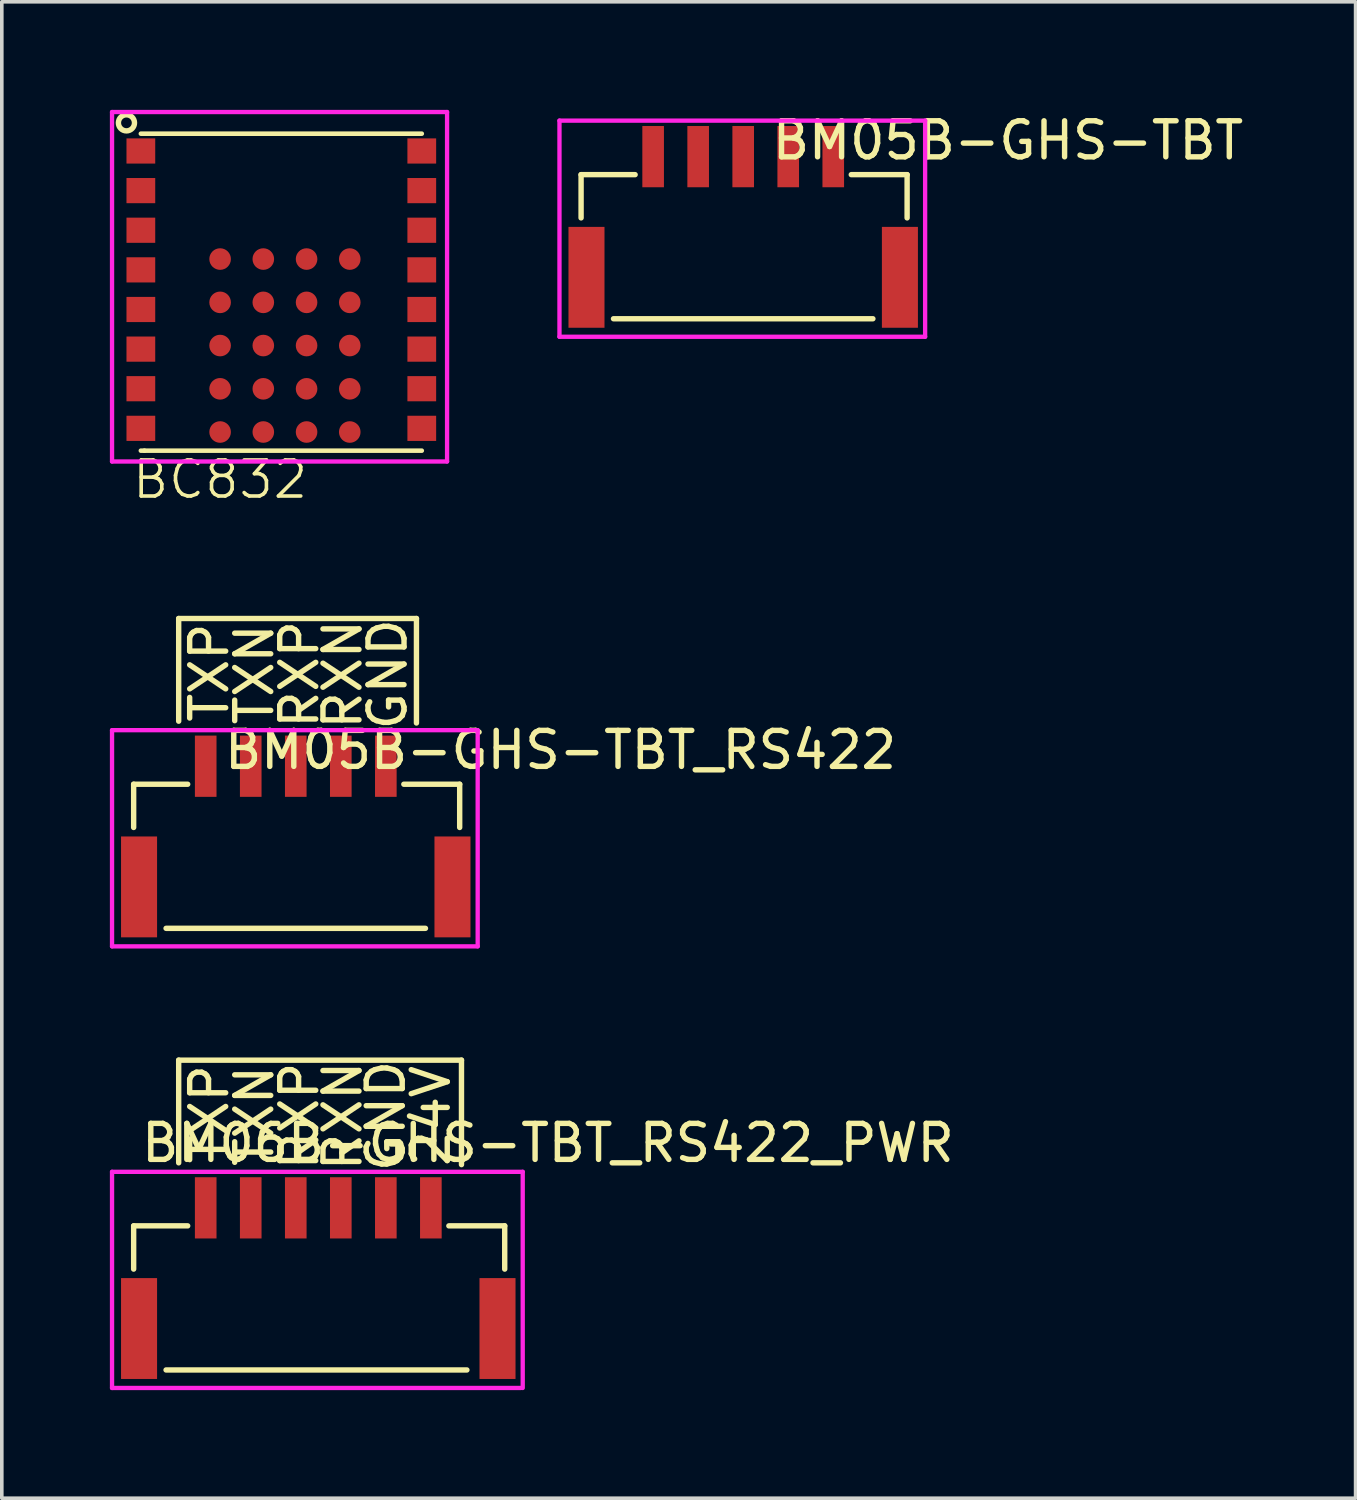
<source format=kicad_pcb>
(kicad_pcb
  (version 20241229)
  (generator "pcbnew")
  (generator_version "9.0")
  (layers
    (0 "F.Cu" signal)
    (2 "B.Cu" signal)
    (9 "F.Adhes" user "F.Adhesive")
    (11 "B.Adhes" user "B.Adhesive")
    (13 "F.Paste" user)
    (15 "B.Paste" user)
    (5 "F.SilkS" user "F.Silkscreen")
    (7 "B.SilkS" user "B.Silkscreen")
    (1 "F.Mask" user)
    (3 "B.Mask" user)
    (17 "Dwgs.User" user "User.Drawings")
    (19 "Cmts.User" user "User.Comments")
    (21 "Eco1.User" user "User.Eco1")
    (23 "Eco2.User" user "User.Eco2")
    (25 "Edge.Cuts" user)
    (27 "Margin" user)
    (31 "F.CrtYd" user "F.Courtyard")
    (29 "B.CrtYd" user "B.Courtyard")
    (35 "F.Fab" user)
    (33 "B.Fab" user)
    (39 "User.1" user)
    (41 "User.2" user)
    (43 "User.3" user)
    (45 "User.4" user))
  (footprint "BC832"
    (layer "F.Cu")
    (at 0.86 9.46)
    (property "Reference" "BC832" (at 2.2 0.8 0) (layer "F.SilkS") (effects (font (size 1 1) (thickness 0.1))))
    (attr smd)
    (fp_line (start 0 -8.799) (end 7.798 -8.799) (stroke (width 0.127) (type solid)) (layer "F.SilkS"))
    (fp_line (start 0.099 0) (end 0 0) (stroke (width 0.127) (type solid)) (layer "F.SilkS"))
    (fp_line (start 7.798 0) (end 0.099 0) (stroke (width 0.127) (type solid)) (layer "F.SilkS"))
    (fp_circle (center -0.4 -9.1) (end -0.2 -9) (stroke (width 0.15) (type solid)) (fill no) (layer "F.SilkS"))
    (fp_line (start -0.8 -9.4) (end 8.5 -9.4) (stroke (width 0.12) (type solid)) (layer "F.CrtYd"))
    (fp_line (start -0.8 0.3) (end -0.8 -9.4) (stroke (width 0.12) (type solid)) (layer "F.CrtYd"))
    (fp_line (start 8.5 -9.4) (end 8.5 0.3) (stroke (width 0.12) (type solid)) (layer "F.CrtYd"))
    (fp_line (start 8.5 0.3) (end -0.8 0.3) (stroke (width 0.12) (type solid)) (layer "F.CrtYd"))
    (pad "1" smd rect (at 0 -8.319 180) (size 0.798 0.699) (layers "F.Cu" "F.Mask" "F.Paste"))
    (pad "2" smd rect (at 0 -7.219) (size 0.798 0.699) (layers "F.Cu" "F.Mask" "F.Paste"))
    (pad "3" smd rect (at 0 -6.119) (size 0.798 0.699) (layers "F.Cu" "F.Mask" "F.Paste"))
    (pad "4" smd rect (at 0 -5.019) (size 0.798 0.699) (layers "F.Cu" "F.Mask" "F.Paste"))
    (pad "5" smd rect (at 0 -3.919) (size 0.798 0.699) (layers "F.Cu" "F.Mask" "F.Paste"))
    (pad "6" smd rect (at 0 -2.819) (size 0.798 0.699) (layers "F.Cu" "F.Mask" "F.Paste"))
    (pad "7" smd rect (at 0 -1.72) (size 0.798 0.699) (layers "F.Cu" "F.Mask" "F.Paste"))
    (pad "8" smd rect (at 0 -0.62) (size 0.798 0.699) (layers "F.Cu" "F.Mask" "F.Paste"))
    (pad "9" smd rect (at 7.798 -0.62) (size 0.798 0.699) (layers "F.Cu" "F.Mask" "F.Paste"))
    (pad "10" smd rect (at 7.798 -1.72) (size 0.798 0.699) (layers "F.Cu" "F.Mask" "F.Paste"))
    (pad "11" smd rect (at 7.798 -2.819) (size 0.798 0.699) (layers "F.Cu" "F.Mask" "F.Paste"))
    (pad "12" smd rect (at 7.798 -3.919) (size 0.798 0.699) (layers "F.Cu" "F.Mask" "F.Paste"))
    (pad "13" smd rect (at 7.798 -5.019) (size 0.798 0.699) (layers "F.Cu" "F.Mask" "F.Paste"))
    (pad "14" smd rect (at 7.798 -6.119) (size 0.798 0.699) (layers "F.Cu" "F.Mask" "F.Paste"))
    (pad "15" smd rect (at 7.798 -7.219) (size 0.798 0.699) (layers "F.Cu" "F.Mask" "F.Paste"))
    (pad "16" smd rect (at 7.798 -8.319) (size 0.798 0.699) (layers "F.Cu" "F.Mask" "F.Paste"))
    (pad "A1" smd circle (at 2.2 -5.319 180) (size 0.599 0.599) (layers "F.Cu" "F.Mask" "F.Paste"))
    (pad "A2" smd circle (at 2.2 -4.117 180) (size 0.599 0.599) (layers "F.Cu" "F.Mask" "F.Paste"))
    (pad "A3" smd circle (at 2.2 -2.918 180) (size 0.599 0.599) (layers "F.Cu" "F.Mask" "F.Paste"))
    (pad "A4" smd circle (at 2.2 -1.717 180) (size 0.599 0.599) (layers "F.Cu" "F.Mask" "F.Paste"))
    (pad "A5" smd circle (at 2.2 -0.518) (size 0.599 0.599) (layers "F.Cu" "F.Mask" "F.Paste"))
    (pad "B1" smd circle (at 3.399 -5.319 180) (size 0.599 0.599) (layers "F.Cu" "F.Mask" "F.Paste"))
    (pad "B2" smd circle (at 3.399 -4.117 180) (size 0.599 0.599) (layers "F.Cu" "F.Mask" "F.Paste"))
    (pad "B3" smd circle (at 3.399 -2.918 180) (size 0.599 0.599) (layers "F.Cu" "F.Mask" "F.Paste"))
    (pad "B4" smd circle (at 3.399 -1.717 180) (size 0.599 0.599) (layers "F.Cu" "F.Mask" "F.Paste"))
    (pad "B5" smd circle (at 3.399 -0.518 180) (size 0.599 0.599) (layers "F.Cu" "F.Mask" "F.Paste"))
    (pad "C1" smd circle (at 4.6 -5.319 180) (size 0.599 0.599) (layers "F.Cu" "F.Mask" "F.Paste"))
    (pad "C2" smd circle (at 4.6 -4.117 180) (size 0.599 0.599) (layers "F.Cu" "F.Mask" "F.Paste"))
    (pad "C3" smd circle (at 4.6 -2.918 180) (size 0.599 0.599) (layers "F.Cu" "F.Mask" "F.Paste"))
    (pad "C4" smd circle (at 4.6 -1.717 180) (size 0.599 0.599) (layers "F.Cu" "F.Mask" "F.Paste"))
    (pad "C5" smd circle (at 4.6 -0.518 180) (size 0.599 0.599) (layers "F.Cu" "F.Mask" "F.Paste"))
    (pad "D1" smd circle (at 5.799 -5.319 180) (size 0.599 0.599) (layers "F.Cu" "F.Mask" "F.Paste"))
    (pad "D2" smd circle (at 5.799 -4.117 180) (size 0.599 0.599) (layers "F.Cu" "F.Mask" "F.Paste"))
    (pad "D3" smd circle (at 5.799 -2.918 180) (size 0.599 0.599) (layers "F.Cu" "F.Mask" "F.Paste"))
    (pad "D4" smd circle (at 5.799 -1.717 180) (size 0.599 0.599) (layers "F.Cu" "F.Mask" "F.Paste"))
    (pad "D5" smd circle (at 5.799 -0.518 180) (size 0.599 0.599) (layers "F.Cu" "F.Mask" "F.Paste")))
  (footprint "BM06B-GHS-TBT_RS422_PWR"
    (layer "F.Cu")
    (at 5.16 33.178)
    (property "Reference" "BM06B-GHS-TBT_RS422_PWR" (at 7 -4.5 0) (layer "F.SilkS") (effects (font (size 1 1) (thickness 0.15))))
    (attr through_hole)
    (fp_line (start -4.5 -2.2) (end -3 -2.2) (stroke (width 0.15) (type solid)) (layer "F.SilkS"))
    (fp_line (start -4.5 -1) (end -4.5 -2.2) (stroke (width 0.15) (type solid)) (layer "F.SilkS"))
    (fp_line (start -3.25 -6.8) (end 4.6 -6.8) (stroke (width 0.15) (type solid)) (layer "F.SilkS"))
    (fp_line (start -3.25 -3.95) (end -3.25 -6.8) (stroke (width 0.15) (type solid)) (layer "F.SilkS"))
    (fp_line (start 4.25 -2.2) (end 5.8 -2.2) (stroke (width 0.15) (type solid)) (layer "F.SilkS"))
    (fp_line (start 4.6 -6.8) (end 4.6 -3.9) (stroke (width 0.15) (type solid)) (layer "F.SilkS"))
    (fp_line (start 4.75 1.8) (end -3.6 1.8) (stroke (width 0.15) (type solid)) (layer "F.SilkS"))
    (fp_line (start 5.8 -2.2) (end 5.8 -1) (stroke (width 0.15) (type solid)) (layer "F.SilkS"))
    (fp_line (start -5.1 -3.7) (end 6.3 -3.7) (stroke (width 0.12) (type solid)) (layer "F.CrtYd"))
    (fp_line (start -5.1 2.3) (end -5.1 -3.7) (stroke (width 0.12) (type solid)) (layer "F.CrtYd"))
    (fp_line (start 6.25 2.3) (end -5.1 2.3) (stroke (width 0.12) (type solid)) (layer "F.CrtYd"))
    (fp_line (start 6.3 -3.7) (end 6.3 2.3) (stroke (width 0.12) (type solid)) (layer "F.CrtYd"))
    (fp_text user "24V" (at 3.75 -5.25 90) (layer "F.SilkS") (effects (font (size 1 1) (thickness 0.15))))
    (fp_text user "RXP" (at 0.1 -5.25 90) (layer "F.SilkS") (effects (font (size 1 1) (thickness 0.15))))
    (fp_text user "RXN" (at 1.3 -5.25 90) (layer "F.SilkS") (effects (font (size 1 1) (thickness 0.15))))
    (fp_text user "GND" (at 2.5 -5.25 90) (layer "F.SilkS") (effects (font (size 1 1) (thickness 0.15))))
    (fp_text user "TXN" (at -1.15 -5.25 90) (layer "F.SilkS") (effects (font (size 1 1) (thickness 0.15))))
    (fp_text user "TXP" (at -2.4 -5.3 90) (layer "F.SilkS") (effects (font (size 1 1) (thickness 0.15))))
    (pad "" smd rect (at -4.35 0.65 90) (size 2.8 1) (layers "F.Cu" "F.Mask" "F.Paste"))
    (pad "" smd rect (at 5.6 0.65 90) (size 2.8 1) (layers "F.Cu" "F.Mask" "F.Paste"))
    (pad "1" smd rect (at -2.5 -2.7 90) (size 1.7 0.6) (layers "F.Cu" "F.Mask" "F.Paste"))
    (pad "2" smd rect (at -1.25 -2.7 90) (size 1.7 0.6) (layers "F.Cu" "F.Mask" "F.Paste"))
    (pad "3" smd rect (at 0 -2.7 90) (size 1.7 0.6) (layers "F.Cu" "F.Mask" "F.Paste"))
    (pad "4" smd rect (at 1.25 -2.7 90) (size 1.7 0.6) (layers "F.Cu" "F.Mask" "F.Paste"))
    (pad "5" smd rect (at 2.5 -2.7 90) (size 1.7 0.6) (layers "F.Cu" "F.Mask" "F.Paste"))
    (pad "6" smd rect (at 3.75 -2.7 90) (size 1.7 0.6) (layers "F.Cu" "F.Mask" "F.Paste")))
  (footprint "BM05B-GHS-TBT"
    (layer "F.Cu")
    (at 17.68 3.998)
    (property "Reference" "BM05B-GHS-TBT" (at 7.25 -3.15 0) (layer "F.SilkS") (effects (font (size 1 1) (thickness 0.15))))
    (attr through_hole)
    (fp_line (start -4.6 -2.2) (end -3.1 -2.2) (stroke (width 0.15) (type solid)) (layer "F.SilkS"))
    (fp_line (start -4.6 -1) (end -4.6 -2.2) (stroke (width 0.15) (type solid)) (layer "F.SilkS"))
    (fp_line (start 2.9 -2.2) (end 4.45 -2.2) (stroke (width 0.15) (type solid)) (layer "F.SilkS"))
    (fp_line (start 3.5 1.8) (end -3.7 1.8) (stroke (width 0.15) (type solid)) (layer "F.SilkS"))
    (fp_line (start 4.45 -2.2) (end 4.45 -1) (stroke (width 0.15) (type solid)) (layer "F.SilkS"))
    (fp_line (start -5.2 -3.7) (end 4.95 -3.7) (stroke (width 0.12) (type solid)) (layer "F.CrtYd"))
    (fp_line (start -5.2 2.3) (end -5.2 -3.7) (stroke (width 0.12) (type solid)) (layer "F.CrtYd"))
    (fp_line (start 4.95 -3.7) (end 4.95 2.3) (stroke (width 0.12) (type solid)) (layer "F.CrtYd"))
    (fp_line (start 4.95 2.3) (end -5.2 2.3) (stroke (width 0.12) (type solid)) (layer "F.CrtYd"))
    (pad "" smd rect (at -4.45 0.65 90) (size 2.8 1) (layers "F.Cu" "F.Mask" "F.Paste"))
    (pad "" smd rect (at 4.25 0.65 90) (size 2.8 1) (layers "F.Cu" "F.Mask" "F.Paste"))
    (pad "1" smd rect (at -2.6 -2.7 90) (size 1.7 0.6) (layers "F.Cu" "F.Mask" "F.Paste"))
    (pad "2" smd rect (at -1.35 -2.7 90) (size 1.7 0.6) (layers "F.Cu" "F.Mask" "F.Paste"))
    (pad "3" smd rect (at -0.1 -2.7 90) (size 1.7 0.6) (layers "F.Cu" "F.Mask" "F.Paste"))
    (pad "4" smd rect (at 1.15 -2.7 90) (size 1.7 0.6) (layers "F.Cu" "F.Mask" "F.Paste"))
    (pad "5" smd rect (at 2.4 -2.7 90) (size 1.7 0.6) (layers "F.Cu" "F.Mask" "F.Paste")))
  (footprint "BM05B-GHS-TBT_RS422"
    (layer "F.Cu")
    (at 5.16 20.919)
    (property "Reference" "BM05B-GHS-TBT_RS422" (at 7.35 -3.15 0) (layer "F.SilkS") (effects (font (size 1 1) (thickness 0.15))))
    (attr through_hole)
    (fp_line (start -4.5 -2.2) (end -3 -2.2) (stroke (width 0.15) (type solid)) (layer "F.SilkS"))
    (fp_line (start -4.5 -1) (end -4.5 -2.2) (stroke (width 0.15) (type solid)) (layer "F.SilkS"))
    (fp_line (start -3.25 -6.8) (end 3.35 -6.8) (stroke (width 0.15) (type solid)) (layer "F.SilkS"))
    (fp_line (start -3.25 -3.95) (end -3.25 -6.8) (stroke (width 0.15) (type solid)) (layer "F.SilkS"))
    (fp_line (start 3 -2.2) (end 4.55 -2.2) (stroke (width 0.15) (type solid)) (layer "F.SilkS"))
    (fp_line (start 3.35 -6.8) (end 3.35 -3.9) (stroke (width 0.15) (type solid)) (layer "F.SilkS"))
    (fp_line (start 3.6 1.8) (end -3.6 1.8) (stroke (width 0.15) (type solid)) (layer "F.SilkS"))
    (fp_line (start 4.55 -2.2) (end 4.55 -1) (stroke (width 0.15) (type solid)) (layer "F.SilkS"))
    (fp_line (start -5.1 -3.7) (end 5.05 -3.7) (stroke (width 0.12) (type solid)) (layer "F.CrtYd"))
    (fp_line (start -5.1 2.3) (end -5.1 -3.7) (stroke (width 0.12) (type solid)) (layer "F.CrtYd"))
    (fp_line (start 5.05 -3.7) (end 5.05 2.3) (stroke (width 0.12) (type solid)) (layer "F.CrtYd"))
    (fp_line (start 5.05 2.3) (end -5.1 2.3) (stroke (width 0.12) (type solid)) (layer "F.CrtYd"))
    (fp_text user "RXP" (at 0.1 -5.25 90) (layer "F.SilkS") (effects (font (size 1 1) (thickness 0.15))))
    (fp_text user "RXN" (at 1.3 -5.25 90) (layer "F.SilkS") (effects (font (size 1 1) (thickness 0.15))))
    (fp_text user "TXP" (at -2.4 -5.3 90) (layer "F.SilkS") (effects (font (size 1 1) (thickness 0.15))))
    (fp_text user "GND" (at 2.55 -5.25 90) (layer "F.SilkS") (effects (font (size 1 1) (thickness 0.15))))
    (fp_text user "TXN" (at -1.15 -5.25 90) (layer "F.SilkS") (effects (font (size 1 1) (thickness 0.15))))
    (pad "" smd rect (at -4.35 0.65 90) (size 2.8 1) (layers "F.Cu" "F.Mask" "F.Paste"))
    (pad "" smd rect (at 4.35 0.65 90) (size 2.8 1) (layers "F.Cu" "F.Mask" "F.Paste"))
    (pad "1" smd rect (at -2.5 -2.7 90) (size 1.7 0.6) (layers "F.Cu" "F.Mask" "F.Paste"))
    (pad "2" smd rect (at -1.25 -2.7 90) (size 1.7 0.6) (layers "F.Cu" "F.Mask" "F.Paste"))
    (pad "3" smd rect (at 0 -2.7 90) (size 1.7 0.6) (layers "F.Cu" "F.Mask" "F.Paste"))
    (pad "4" smd rect (at 1.25 -2.7 90) (size 1.7 0.6) (layers "F.Cu" "F.Mask" "F.Paste"))
    (pad "5" smd rect (at 2.5 -2.7 90) (size 1.7 0.6) (layers "F.Cu" "F.Mask" "F.Paste")))
  (gr_rect
    (start -3 -3)
    (end 34.579 38.538)
    (stroke (width 0.1) (type default))
    (fill no)
    (layer "Edge.Cuts")))
</source>
